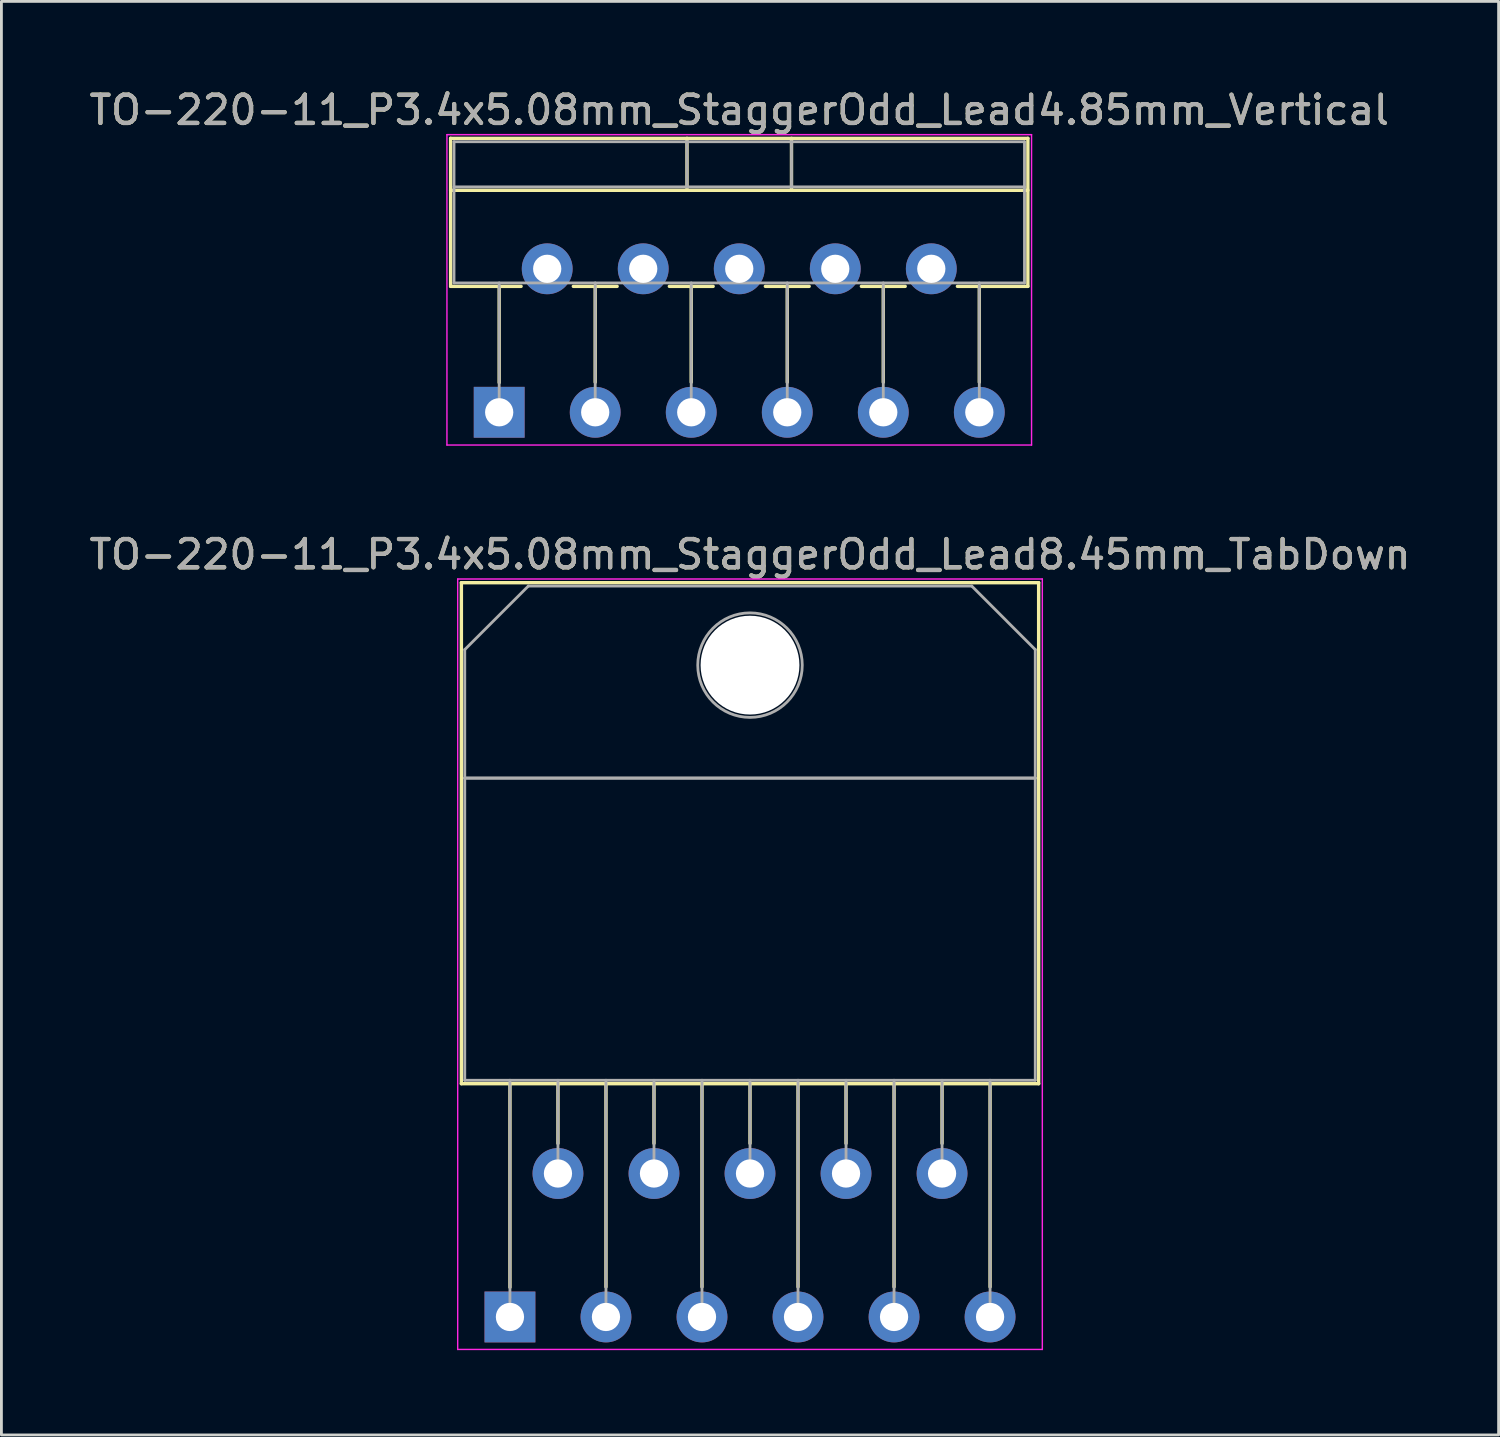
<source format=kicad_pcb>
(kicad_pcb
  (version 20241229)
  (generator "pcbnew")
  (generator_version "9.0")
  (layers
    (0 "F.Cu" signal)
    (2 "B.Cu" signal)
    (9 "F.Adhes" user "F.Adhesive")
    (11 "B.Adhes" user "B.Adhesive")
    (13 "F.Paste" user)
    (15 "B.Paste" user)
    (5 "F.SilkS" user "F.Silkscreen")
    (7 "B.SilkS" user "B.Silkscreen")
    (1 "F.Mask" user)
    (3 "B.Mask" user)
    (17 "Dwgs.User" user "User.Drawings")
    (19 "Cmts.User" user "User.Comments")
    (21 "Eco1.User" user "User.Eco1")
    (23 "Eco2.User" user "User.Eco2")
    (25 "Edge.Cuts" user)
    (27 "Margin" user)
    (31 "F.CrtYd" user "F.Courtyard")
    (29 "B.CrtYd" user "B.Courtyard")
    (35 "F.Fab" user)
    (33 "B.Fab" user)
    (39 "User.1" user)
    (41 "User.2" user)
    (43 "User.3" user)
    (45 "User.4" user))
  (footprint "TO-220-11_P3.4x5.08mm_StaggerOdd_Lead8.45mm_TabDown"
    (layer "F.Cu")
    (at 15.006 43.581)
    (property "Reference" "TO-220-11_P3.4x5.08mm_StaggerOdd_Lead8.45mm_TabDown" (at 8.5 -27 0) (layer "F.SilkS") (effects (font (size 1 1) (thickness 0.15))))
    (attr through_hole)
    (fp_line (start -1.72 -26) (end -1.72 -8.26) (stroke (width 0.12) (type solid)) (layer "F.SilkS"))
    (fp_line (start -1.72 -26) (end 18.72 -26) (stroke (width 0.12) (type solid)) (layer "F.SilkS"))
    (fp_line (start -1.72 -8.26) (end 18.72 -8.26) (stroke (width 0.12) (type solid)) (layer "F.SilkS"))
    (fp_line (start 0 -8.255) (end 0 -1.05) (stroke (width 0.12) (type solid)) (layer "F.SilkS"))
    (fp_line (start 1.7 -8.26) (end 1.7 -6.146) (stroke (width 0.12) (type solid)) (layer "F.SilkS"))
    (fp_line (start 3.4 -8.255) (end 3.4 -1.065) (stroke (width 0.12) (type solid)) (layer "F.SilkS"))
    (fp_line (start 5.1 -8.26) (end 5.1 -6.146) (stroke (width 0.12) (type solid)) (layer "F.SilkS"))
    (fp_line (start 6.8 -8.255) (end 6.8 -1.065) (stroke (width 0.12) (type solid)) (layer "F.SilkS"))
    (fp_line (start 8.5 -8.26) (end 8.5 -6.146) (stroke (width 0.12) (type solid)) (layer "F.SilkS"))
    (fp_line (start 10.2 -8.255) (end 10.2 -1.065) (stroke (width 0.12) (type solid)) (layer "F.SilkS"))
    (fp_line (start 11.9 -8.26) (end 11.9 -6.146) (stroke (width 0.12) (type solid)) (layer "F.SilkS"))
    (fp_line (start 13.6 -8.255) (end 13.6 -1.065) (stroke (width 0.12) (type solid)) (layer "F.SilkS"))
    (fp_line (start 15.3 -8.26) (end 15.3 -6.146) (stroke (width 0.12) (type solid)) (layer "F.SilkS"))
    (fp_line (start 17 -8.255) (end 17 -1.065) (stroke (width 0.12) (type solid)) (layer "F.SilkS"))
    (fp_line (start 18.72 -26) (end 18.72 -8.26) (stroke (width 0.12) (type solid)) (layer "F.SilkS"))
    (fp_line (start -1.85 -26.13) (end -1.85 1.15) (stroke (width 0.05) (type solid)) (layer "F.CrtYd"))
    (fp_line (start -1.85 1.15) (end 18.85 1.15) (stroke (width 0.05) (type solid)) (layer "F.CrtYd"))
    (fp_line (start 18.85 -26.13) (end -1.85 -26.13) (stroke (width 0.05) (type solid)) (layer "F.CrtYd"))
    (fp_line (start 18.85 1.15) (end 18.85 -26.13) (stroke (width 0.05) (type solid)) (layer "F.CrtYd"))
    (fp_line (start -1.6 -23.63) (end 0.651 -25.88) (stroke (width 0.1) (type solid)) (layer "F.Fab"))
    (fp_line (start -1.6 -19.08) (end -1.6 -23.63) (stroke (width 0.1) (type solid)) (layer "F.Fab"))
    (fp_line (start -1.6 -19.08) (end 18.6 -19.08) (stroke (width 0.1) (type solid)) (layer "F.Fab"))
    (fp_line (start -1.6 -8.38) (end -1.6 -19.08) (stroke (width 0.1) (type solid)) (layer "F.Fab"))
    (fp_line (start 0 -8.382) (end 0 0) (stroke (width 0.1) (type solid)) (layer "F.Fab"))
    (fp_line (start 0.651 -25.88) (end 16.351 -25.88) (stroke (width 0.1) (type solid)) (layer "F.Fab"))
    (fp_line (start 1.7 -8.38) (end 1.7 -5.08) (stroke (width 0.1) (type solid)) (layer "F.Fab"))
    (fp_line (start 3.4 -8.382) (end 3.4 0) (stroke (width 0.1) (type solid)) (layer "F.Fab"))
    (fp_line (start 5.1 -8.38) (end 5.1 -5.08) (stroke (width 0.1) (type solid)) (layer "F.Fab"))
    (fp_line (start 6.8 -8.382) (end 6.8 0) (stroke (width 0.1) (type solid)) (layer "F.Fab"))
    (fp_line (start 8.5 -8.38) (end 8.5 -5.08) (stroke (width 0.1) (type solid)) (layer "F.Fab"))
    (fp_line (start 10.2 -8.382) (end 10.2 0) (stroke (width 0.1) (type solid)) (layer "F.Fab"))
    (fp_line (start 11.9 -8.38) (end 11.9 -5.08) (stroke (width 0.1) (type solid)) (layer "F.Fab"))
    (fp_line (start 13.6 -8.382) (end 13.6 0) (stroke (width 0.1) (type solid)) (layer "F.Fab"))
    (fp_line (start 15.3 -8.38) (end 15.3 -5.08) (stroke (width 0.1) (type solid)) (layer "F.Fab"))
    (fp_line (start 16.351 -25.88) (end 18.6 -23.63) (stroke (width 0.1) (type solid)) (layer "F.Fab"))
    (fp_line (start 17 -8.382) (end 17 0) (stroke (width 0.1) (type solid)) (layer "F.Fab"))
    (fp_line (start 18.6 -23.63) (end 18.6 -19.08) (stroke (width 0.1) (type solid)) (layer "F.Fab"))
    (fp_line (start 18.6 -19.08) (end -1.6 -19.08) (stroke (width 0.1) (type solid)) (layer "F.Fab"))
    (fp_line (start 18.6 -19.08) (end 18.6 -8.38) (stroke (width 0.1) (type solid)) (layer "F.Fab"))
    (fp_line (start 18.6 -8.38) (end -1.6 -8.38) (stroke (width 0.1) (type solid)) (layer "F.Fab"))
    (fp_circle (center 8.5 -23.08) (end 10.35 -23.08) (stroke (width 0.1) (type solid)) (fill no) (layer "F.Fab"))
    (fp_text user "${REFERENCE}" (at 8.5 -27 0) (layer "F.Fab") (effects (font (size 1 1) (thickness 0.15))))
    (pad "" np_thru_hole oval (at 8.5 -23.08) (size 3.5 3.5) (drill 3.5) (layers "*.Cu" "*.Mask"))
    (pad "1" thru_hole rect (at 0 0) (size 1.8 1.8) (drill 1) (layers "*.Cu" "*.Mask"))
    (pad "2" thru_hole oval (at 1.7 -5.08) (size 1.8 1.8) (drill 1) (layers "*.Cu" "*.Mask"))
    (pad "3" thru_hole oval (at 3.4 0) (size 1.8 1.8) (drill 1) (layers "*.Cu" "*.Mask"))
    (pad "4" thru_hole oval (at 5.1 -5.08) (size 1.8 1.8) (drill 1) (layers "*.Cu" "*.Mask"))
    (pad "5" thru_hole oval (at 6.8 0) (size 1.8 1.8) (drill 1) (layers "*.Cu" "*.Mask"))
    (pad "6" thru_hole oval (at 8.5 -5.08) (size 1.8 1.8) (drill 1) (layers "*.Cu" "*.Mask"))
    (pad "7" thru_hole oval (at 10.2 0) (size 1.8 1.8) (drill 1) (layers "*.Cu" "*.Mask"))
    (pad "8" thru_hole oval (at 11.9 -5.08) (size 1.8 1.8) (drill 1) (layers "*.Cu" "*.Mask"))
    (pad "9" thru_hole oval (at 13.6 0) (size 1.8 1.8) (drill 1) (layers "*.Cu" "*.Mask"))
    (pad "10" thru_hole oval (at 15.3 -5.08) (size 1.8 1.8) (drill 1) (layers "*.Cu" "*.Mask"))
    (pad "11" thru_hole oval (at 17 0) (size 1.8 1.8) (drill 1) (layers "*.Cu" "*.Mask")))
  (footprint "TO-220-11_P3.4x5.08mm_StaggerOdd_Lead4.85mm_Vertical"
    (layer "F.Cu")
    (at 14.625 11.548)
    (property "Reference" "TO-220-11_P3.4x5.08mm_StaggerOdd_Lead4.85mm_Vertical" (at 8.5 -10.7 0) (layer "F.SilkS") (effects (font (size 1 1) (thickness 0.15))))
    (attr through_hole)
    (fp_line (start -1.72 -9.7) (end -1.72 -4.459) (stroke (width 0.12) (type solid)) (layer "F.SilkS"))
    (fp_line (start -1.72 -9.7) (end 18.72 -9.7) (stroke (width 0.12) (type solid)) (layer "F.SilkS"))
    (fp_line (start -1.72 -7.86) (end 18.72 -7.86) (stroke (width 0.12) (type solid)) (layer "F.SilkS"))
    (fp_line (start -1.72 -4.459) (end 0.776 -4.459) (stroke (width 0.12) (type solid)) (layer "F.SilkS"))
    (fp_line (start 0 -4.459) (end 0 -1.05) (stroke (width 0.12) (type solid)) (layer "F.SilkS"))
    (fp_line (start 2.625 -4.459) (end 4.176 -4.459) (stroke (width 0.12) (type solid)) (layer "F.SilkS"))
    (fp_line (start 3.4 -4.459) (end 3.4 -1.065) (stroke (width 0.12) (type solid)) (layer "F.SilkS"))
    (fp_line (start 6.025 -4.459) (end 7.576 -4.459) (stroke (width 0.12) (type solid)) (layer "F.SilkS"))
    (fp_line (start 6.65 -9.7) (end 6.65 -7.86) (stroke (width 0.12) (type solid)) (layer "F.SilkS"))
    (fp_line (start 6.8 -4.459) (end 6.8 -1.065) (stroke (width 0.12) (type solid)) (layer "F.SilkS"))
    (fp_line (start 9.425 -4.459) (end 10.976 -4.459) (stroke (width 0.12) (type solid)) (layer "F.SilkS"))
    (fp_line (start 10.2 -4.459) (end 10.2 -1.065) (stroke (width 0.12) (type solid)) (layer "F.SilkS"))
    (fp_line (start 10.35 -9.7) (end 10.35 -7.86) (stroke (width 0.12) (type solid)) (layer "F.SilkS"))
    (fp_line (start 12.825 -4.459) (end 14.376 -4.459) (stroke (width 0.12) (type solid)) (layer "F.SilkS"))
    (fp_line (start 13.6 -4.459) (end 13.6 -1.065) (stroke (width 0.12) (type solid)) (layer "F.SilkS"))
    (fp_line (start 16.225 -4.459) (end 18.72 -4.459) (stroke (width 0.12) (type solid)) (layer "F.SilkS"))
    (fp_line (start 17 -4.459) (end 17 -1.065) (stroke (width 0.12) (type solid)) (layer "F.SilkS"))
    (fp_line (start 18.72 -9.7) (end 18.72 -4.459) (stroke (width 0.12) (type solid)) (layer "F.SilkS"))
    (fp_line (start -1.85 -9.83) (end -1.85 1.16) (stroke (width 0.05) (type solid)) (layer "F.CrtYd"))
    (fp_line (start -1.85 1.16) (end 18.85 1.16) (stroke (width 0.05) (type solid)) (layer "F.CrtYd"))
    (fp_line (start 18.85 -9.83) (end -1.85 -9.83) (stroke (width 0.05) (type solid)) (layer "F.CrtYd"))
    (fp_line (start 18.85 1.16) (end 18.85 -9.83) (stroke (width 0.05) (type solid)) (layer "F.CrtYd"))
    (fp_line (start -1.6 -9.58) (end -1.6 -4.58) (stroke (width 0.1) (type solid)) (layer "F.Fab"))
    (fp_line (start -1.6 -7.98) (end 18.6 -7.98) (stroke (width 0.1) (type solid)) (layer "F.Fab"))
    (fp_line (start -1.6 -4.58) (end 18.6 -4.58) (stroke (width 0.1) (type solid)) (layer "F.Fab"))
    (fp_line (start 0 -4.58) (end 0 0) (stroke (width 0.1) (type solid)) (layer "F.Fab"))
    (fp_line (start 3.4 -4.58) (end 3.4 0) (stroke (width 0.1) (type solid)) (layer "F.Fab"))
    (fp_line (start 6.65 -9.58) (end 6.65 -7.98) (stroke (width 0.1) (type solid)) (layer "F.Fab"))
    (fp_line (start 6.8 -4.58) (end 6.8 0) (stroke (width 0.1) (type solid)) (layer "F.Fab"))
    (fp_line (start 10.2 -4.58) (end 10.2 0) (stroke (width 0.1) (type solid)) (layer "F.Fab"))
    (fp_line (start 10.35 -9.58) (end 10.35 -7.98) (stroke (width 0.1) (type solid)) (layer "F.Fab"))
    (fp_line (start 13.6 -4.58) (end 13.6 0) (stroke (width 0.1) (type solid)) (layer "F.Fab"))
    (fp_line (start 17 -4.58) (end 17 0) (stroke (width 0.1) (type solid)) (layer "F.Fab"))
    (fp_line (start 18.6 -9.58) (end -1.6 -9.58) (stroke (width 0.1) (type solid)) (layer "F.Fab"))
    (fp_line (start 18.6 -4.58) (end 18.6 -9.58) (stroke (width 0.1) (type solid)) (layer "F.Fab"))
    (fp_text user "${REFERENCE}" (at 8.5 -10.7 0) (layer "F.Fab") (effects (font (size 1 1) (thickness 0.15))))
    (pad "1" thru_hole rect (at 0 0) (size 1.8 1.8) (drill 1) (layers "*.Cu" "*.Mask"))
    (pad "2" thru_hole oval (at 1.7 -5.08) (size 1.8 1.8) (drill 1) (layers "*.Cu" "*.Mask"))
    (pad "3" thru_hole oval (at 3.4 0) (size 1.8 1.8) (drill 1) (layers "*.Cu" "*.Mask"))
    (pad "4" thru_hole oval (at 5.1 -5.08) (size 1.8 1.8) (drill 1) (layers "*.Cu" "*.Mask"))
    (pad "5" thru_hole oval (at 6.8 0) (size 1.8 1.8) (drill 1) (layers "*.Cu" "*.Mask"))
    (pad "6" thru_hole oval (at 8.5 -5.08) (size 1.8 1.8) (drill 1) (layers "*.Cu" "*.Mask"))
    (pad "7" thru_hole oval (at 10.2 0) (size 1.8 1.8) (drill 1) (layers "*.Cu" "*.Mask"))
    (pad "8" thru_hole oval (at 11.9 -5.08) (size 1.8 1.8) (drill 1) (layers "*.Cu" "*.Mask"))
    (pad "9" thru_hole oval (at 13.6 0) (size 1.8 1.8) (drill 1) (layers "*.Cu" "*.Mask"))
    (pad "10" thru_hole oval (at 15.3 -5.08) (size 1.8 1.8) (drill 1) (layers "*.Cu" "*.Mask"))
    (pad "11" thru_hole oval (at 17 0) (size 1.8 1.8) (drill 1) (layers "*.Cu" "*.Mask")))
  (gr_rect
    (start -3 -3)
    (end 50.012 47.757)
    (stroke (width 0.1) (type default))
    (fill no)
    (layer "Edge.Cuts")))
</source>
